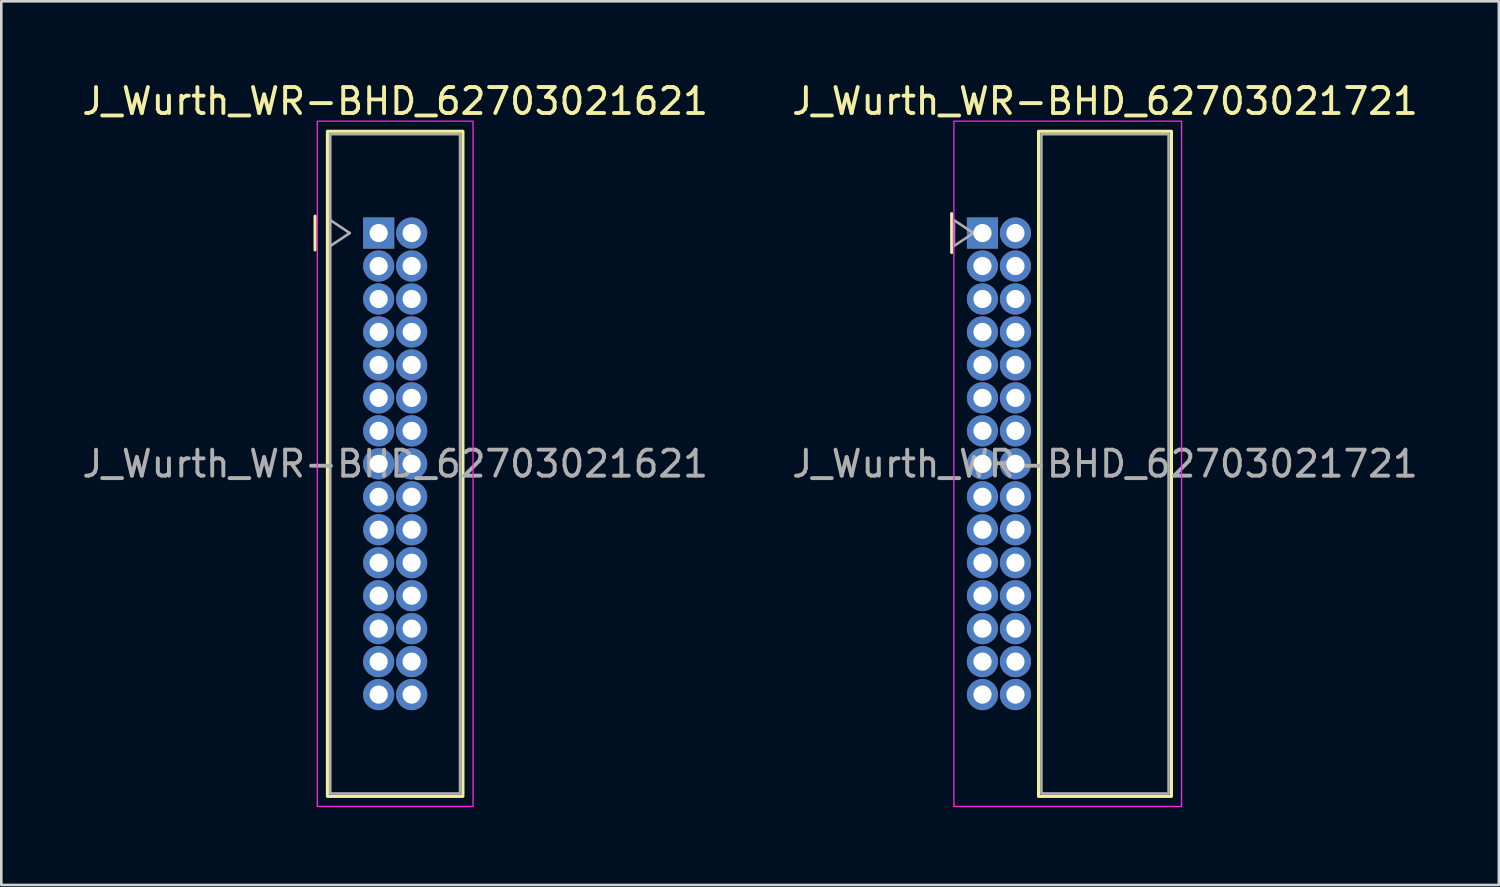
<source format=kicad_pcb>
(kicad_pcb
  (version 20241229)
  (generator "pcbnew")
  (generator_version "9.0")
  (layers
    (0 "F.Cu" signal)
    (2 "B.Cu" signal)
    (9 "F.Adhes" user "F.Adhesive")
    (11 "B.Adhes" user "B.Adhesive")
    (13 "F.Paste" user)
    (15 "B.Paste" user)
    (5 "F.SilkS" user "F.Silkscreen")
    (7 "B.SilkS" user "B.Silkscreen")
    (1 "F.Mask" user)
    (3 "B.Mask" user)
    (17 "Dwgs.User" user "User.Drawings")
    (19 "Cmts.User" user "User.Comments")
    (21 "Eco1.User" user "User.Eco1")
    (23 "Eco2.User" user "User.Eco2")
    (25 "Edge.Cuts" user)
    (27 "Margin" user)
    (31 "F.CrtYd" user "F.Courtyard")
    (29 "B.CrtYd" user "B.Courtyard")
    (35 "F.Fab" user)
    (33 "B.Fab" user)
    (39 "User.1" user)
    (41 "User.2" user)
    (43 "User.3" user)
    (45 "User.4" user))
  (footprint "J_Wurth_WR-BHD_62703021621"
    (layer "F.Cu")
    (at 11.538 5.928)
    (property "Reference" "J_Wurth_WR-BHD_62703021621" (at 0.635 -5.08 0) (unlocked yes) (layer "F.SilkS") (effects (font (size 1 1) (thickness 0.15))))
    (attr through_hole)
    (fp_line (start -2.45 -0.65) (end -2.45 0.65) (stroke (width 0.12) (type solid)) (layer "F.SilkS"))
    (fp_rect (start -1.975 -3.92) (end 3.245 21.7) (stroke (width 0.12) (type default)) (fill no) (layer "F.SilkS"))
    (fp_rect (start -2.365 -4.31) (end 3.635 22.09) (stroke (width 0.05) (type solid)) (fill no) (layer "F.CrtYd"))
    (fp_line (start -1.115 0) (end -1.865 -0.5) (stroke (width 0.1) (type solid)) (layer "F.Fab"))
    (fp_line (start -1.115 0) (end -1.865 0.5) (stroke (width 0.1) (type solid)) (layer "F.Fab"))
    (fp_rect (start -1.865 -3.81) (end 3.135 21.59) (stroke (width 0.1) (type solid)) (fill no) (layer "F.Fab"))
    (fp_text user "${REFERENCE}" (at 0.635 8.89 0) (unlocked yes) (layer "F.Fab") (effects (font (size 1 1) (thickness 0.15))))
    (pad "1" thru_hole rect (at 0 0 90) (size 1.2 1.2) (drill 0.7) (layers "*.Cu" "*.Mask"))
    (pad "2" thru_hole circle (at 1.27 0 90) (size 1.2 1.2) (drill 0.7) (layers "*.Cu" "*.Mask"))
    (pad "3" thru_hole circle (at 0 1.27 90) (size 1.2 1.2) (drill 0.7) (layers "*.Cu" "*.Mask"))
    (pad "4" thru_hole circle (at 1.27 1.27 90) (size 1.2 1.2) (drill 0.7) (layers "*.Cu" "*.Mask"))
    (pad "5" thru_hole circle (at 0 2.54 90) (size 1.2 1.2) (drill 0.7) (layers "*.Cu" "*.Mask"))
    (pad "6" thru_hole circle (at 1.27 2.54 90) (size 1.2 1.2) (drill 0.7) (layers "*.Cu" "*.Mask"))
    (pad "7" thru_hole circle (at 0 3.81 90) (size 1.2 1.2) (drill 0.7) (layers "*.Cu" "*.Mask"))
    (pad "8" thru_hole circle (at 1.27 3.81 90) (size 1.2 1.2) (drill 0.7) (layers "*.Cu" "*.Mask"))
    (pad "9" thru_hole circle (at 0 5.08 90) (size 1.2 1.2) (drill 0.7) (layers "*.Cu" "*.Mask"))
    (pad "10" thru_hole circle (at 1.27 5.08 90) (size 1.2 1.2) (drill 0.7) (layers "*.Cu" "*.Mask"))
    (pad "11" thru_hole circle (at 0 6.35 90) (size 1.2 1.2) (drill 0.7) (layers "*.Cu" "*.Mask"))
    (pad "12" thru_hole circle (at 1.27 6.35 90) (size 1.2 1.2) (drill 0.7) (layers "*.Cu" "*.Mask"))
    (pad "13" thru_hole circle (at 0 7.62 90) (size 1.2 1.2) (drill 0.7) (layers "*.Cu" "*.Mask"))
    (pad "14" thru_hole circle (at 1.27 7.62 90) (size 1.2 1.2) (drill 0.7) (layers "*.Cu" "*.Mask"))
    (pad "15" thru_hole circle (at 0 8.89 90) (size 1.2 1.2) (drill 0.7) (layers "*.Cu" "*.Mask"))
    (pad "16" thru_hole circle (at 1.27 8.89 90) (size 1.2 1.2) (drill 0.7) (layers "*.Cu" "*.Mask"))
    (pad "17" thru_hole circle (at 0 10.16 90) (size 1.2 1.2) (drill 0.7) (layers "*.Cu" "*.Mask"))
    (pad "18" thru_hole circle (at 1.27 10.16 90) (size 1.2 1.2) (drill 0.7) (layers "*.Cu" "*.Mask"))
    (pad "19" thru_hole circle (at 0 11.43 90) (size 1.2 1.2) (drill 0.7) (layers "*.Cu" "*.Mask"))
    (pad "20" thru_hole circle (at 1.27 11.43 90) (size 1.2 1.2) (drill 0.7) (layers "*.Cu" "*.Mask"))
    (pad "21" thru_hole circle (at 0 12.7 90) (size 1.2 1.2) (drill 0.7) (layers "*.Cu" "*.Mask"))
    (pad "22" thru_hole circle (at 1.27 12.7 90) (size 1.2 1.2) (drill 0.7) (layers "*.Cu" "*.Mask"))
    (pad "23" thru_hole circle (at 0 13.97 90) (size 1.2 1.2) (drill 0.7) (layers "*.Cu" "*.Mask"))
    (pad "24" thru_hole circle (at 1.27 13.97 90) (size 1.2 1.2) (drill 0.7) (layers "*.Cu" "*.Mask"))
    (pad "25" thru_hole circle (at 0 15.24 90) (size 1.2 1.2) (drill 0.7) (layers "*.Cu" "*.Mask"))
    (pad "26" thru_hole circle (at 1.27 15.24 90) (size 1.2 1.2) (drill 0.7) (layers "*.Cu" "*.Mask"))
    (pad "27" thru_hole circle (at 0 16.51 90) (size 1.2 1.2) (drill 0.7) (layers "*.Cu" "*.Mask"))
    (pad "28" thru_hole circle (at 1.27 16.51 90) (size 1.2 1.2) (drill 0.7) (layers "*.Cu" "*.Mask"))
    (pad "29" thru_hole circle (at 0 17.78 90) (size 1.2 1.2) (drill 0.7) (layers "*.Cu" "*.Mask"))
    (pad "30" thru_hole circle (at 1.27 17.78 90) (size 1.2 1.2) (drill 0.7) (layers "*.Cu" "*.Mask")))
  (footprint "J_Wurth_WR-BHD_62703021721"
    (layer "F.Cu")
    (at 34.798 5.928)
    (property "Reference" "J_Wurth_WR-BHD_62703021721" (at 4.72 -5.08 0) (unlocked yes) (layer "F.SilkS") (effects (font (size 1 1) (thickness 0.15))))
    (attr through_hole)
    (fp_line (start -1.185 -0.75) (end -1.185 0.75) (stroke (width 0.12) (type solid)) (layer "F.SilkS"))
    (fp_rect (start 2.16 -3.92) (end 7.28 21.7) (stroke (width 0.12) (type solid)) (fill no) (layer "F.SilkS"))
    (fp_rect (start -1.1 -4.31) (end 7.67 22.09) (stroke (width 0.05) (type solid)) (fill no) (layer "F.CrtYd"))
    (fp_line (start -1.1 0.5) (end -1.1 -0.5) (stroke (width 0.1) (type default)) (layer "F.Fab"))
    (fp_line (start -0.35 0) (end -1.1 -0.5) (stroke (width 0.1) (type solid)) (layer "F.Fab"))
    (fp_line (start -0.35 0) (end -1.1 0.5) (stroke (width 0.1) (type solid)) (layer "F.Fab"))
    (fp_rect (start 2.27 -3.81) (end 7.17 21.59) (stroke (width 0.1) (type solid)) (fill no) (layer "F.Fab"))
    (fp_text user "${REFERENCE}" (at 4.72 8.89 0) (unlocked yes) (layer "F.Fab") (effects (font (size 1 1) (thickness 0.15))))
    (pad "1" thru_hole rect (at 0 0 90) (size 1.2 1.2) (drill 0.7) (layers "*.Cu" "*.Mask"))
    (pad "2" thru_hole circle (at 1.27 0 90) (size 1.2 1.2) (drill 0.7) (layers "*.Cu" "*.Mask"))
    (pad "3" thru_hole circle (at 0 1.27 90) (size 1.2 1.2) (drill 0.7) (layers "*.Cu" "*.Mask"))
    (pad "4" thru_hole circle (at 1.27 1.27 90) (size 1.2 1.2) (drill 0.7) (layers "*.Cu" "*.Mask"))
    (pad "5" thru_hole circle (at 0 2.54 90) (size 1.2 1.2) (drill 0.7) (layers "*.Cu" "*.Mask"))
    (pad "6" thru_hole circle (at 1.27 2.54 90) (size 1.2 1.2) (drill 0.7) (layers "*.Cu" "*.Mask"))
    (pad "7" thru_hole circle (at 0 3.81 90) (size 1.2 1.2) (drill 0.7) (layers "*.Cu" "*.Mask"))
    (pad "8" thru_hole circle (at 1.27 3.81 90) (size 1.2 1.2) (drill 0.7) (layers "*.Cu" "*.Mask"))
    (pad "9" thru_hole circle (at 0 5.08 90) (size 1.2 1.2) (drill 0.7) (layers "*.Cu" "*.Mask"))
    (pad "10" thru_hole circle (at 1.27 5.08 90) (size 1.2 1.2) (drill 0.7) (layers "*.Cu" "*.Mask"))
    (pad "11" thru_hole circle (at 0 6.35 90) (size 1.2 1.2) (drill 0.7) (layers "*.Cu" "*.Mask"))
    (pad "12" thru_hole circle (at 1.27 6.35 90) (size 1.2 1.2) (drill 0.7) (layers "*.Cu" "*.Mask"))
    (pad "13" thru_hole circle (at 0 7.62 90) (size 1.2 1.2) (drill 0.7) (layers "*.Cu" "*.Mask"))
    (pad "14" thru_hole circle (at 1.27 7.62 90) (size 1.2 1.2) (drill 0.7) (layers "*.Cu" "*.Mask"))
    (pad "15" thru_hole circle (at 0 8.89 90) (size 1.2 1.2) (drill 0.7) (layers "*.Cu" "*.Mask"))
    (pad "16" thru_hole circle (at 1.27 8.89 90) (size 1.2 1.2) (drill 0.7) (layers "*.Cu" "*.Mask"))
    (pad "17" thru_hole circle (at 0 10.16 90) (size 1.2 1.2) (drill 0.7) (layers "*.Cu" "*.Mask"))
    (pad "18" thru_hole circle (at 1.27 10.16 90) (size 1.2 1.2) (drill 0.7) (layers "*.Cu" "*.Mask"))
    (pad "19" thru_hole circle (at 0 11.43 90) (size 1.2 1.2) (drill 0.7) (layers "*.Cu" "*.Mask"))
    (pad "20" thru_hole circle (at 1.27 11.43 90) (size 1.2 1.2) (drill 0.7) (layers "*.Cu" "*.Mask"))
    (pad "21" thru_hole circle (at 0 12.7 90) (size 1.2 1.2) (drill 0.7) (layers "*.Cu" "*.Mask"))
    (pad "22" thru_hole circle (at 1.27 12.7 90) (size 1.2 1.2) (drill 0.7) (layers "*.Cu" "*.Mask"))
    (pad "23" thru_hole circle (at 0 13.97 90) (size 1.2 1.2) (drill 0.7) (layers "*.Cu" "*.Mask"))
    (pad "24" thru_hole circle (at 1.27 13.97 90) (size 1.2 1.2) (drill 0.7) (layers "*.Cu" "*.Mask"))
    (pad "25" thru_hole circle (at 0 15.24 90) (size 1.2 1.2) (drill 0.7) (layers "*.Cu" "*.Mask"))
    (pad "26" thru_hole circle (at 1.27 15.24 90) (size 1.2 1.2) (drill 0.7) (layers "*.Cu" "*.Mask"))
    (pad "27" thru_hole circle (at 0 16.51 90) (size 1.2 1.2) (drill 0.7) (layers "*.Cu" "*.Mask"))
    (pad "28" thru_hole circle (at 1.27 16.51 90) (size 1.2 1.2) (drill 0.7) (layers "*.Cu" "*.Mask"))
    (pad "29" thru_hole circle (at 0 17.78 90) (size 1.2 1.2) (drill 0.7) (layers "*.Cu" "*.Mask"))
    (pad "30" thru_hole circle (at 1.27 17.78 90) (size 1.2 1.2) (drill 0.7) (layers "*.Cu" "*.Mask")))
  (gr_rect
    (start -3 -3)
    (end 54.69 31.043)
    (stroke (width 0.1) (type default))
    (fill no)
    (layer "Edge.Cuts")))
</source>
